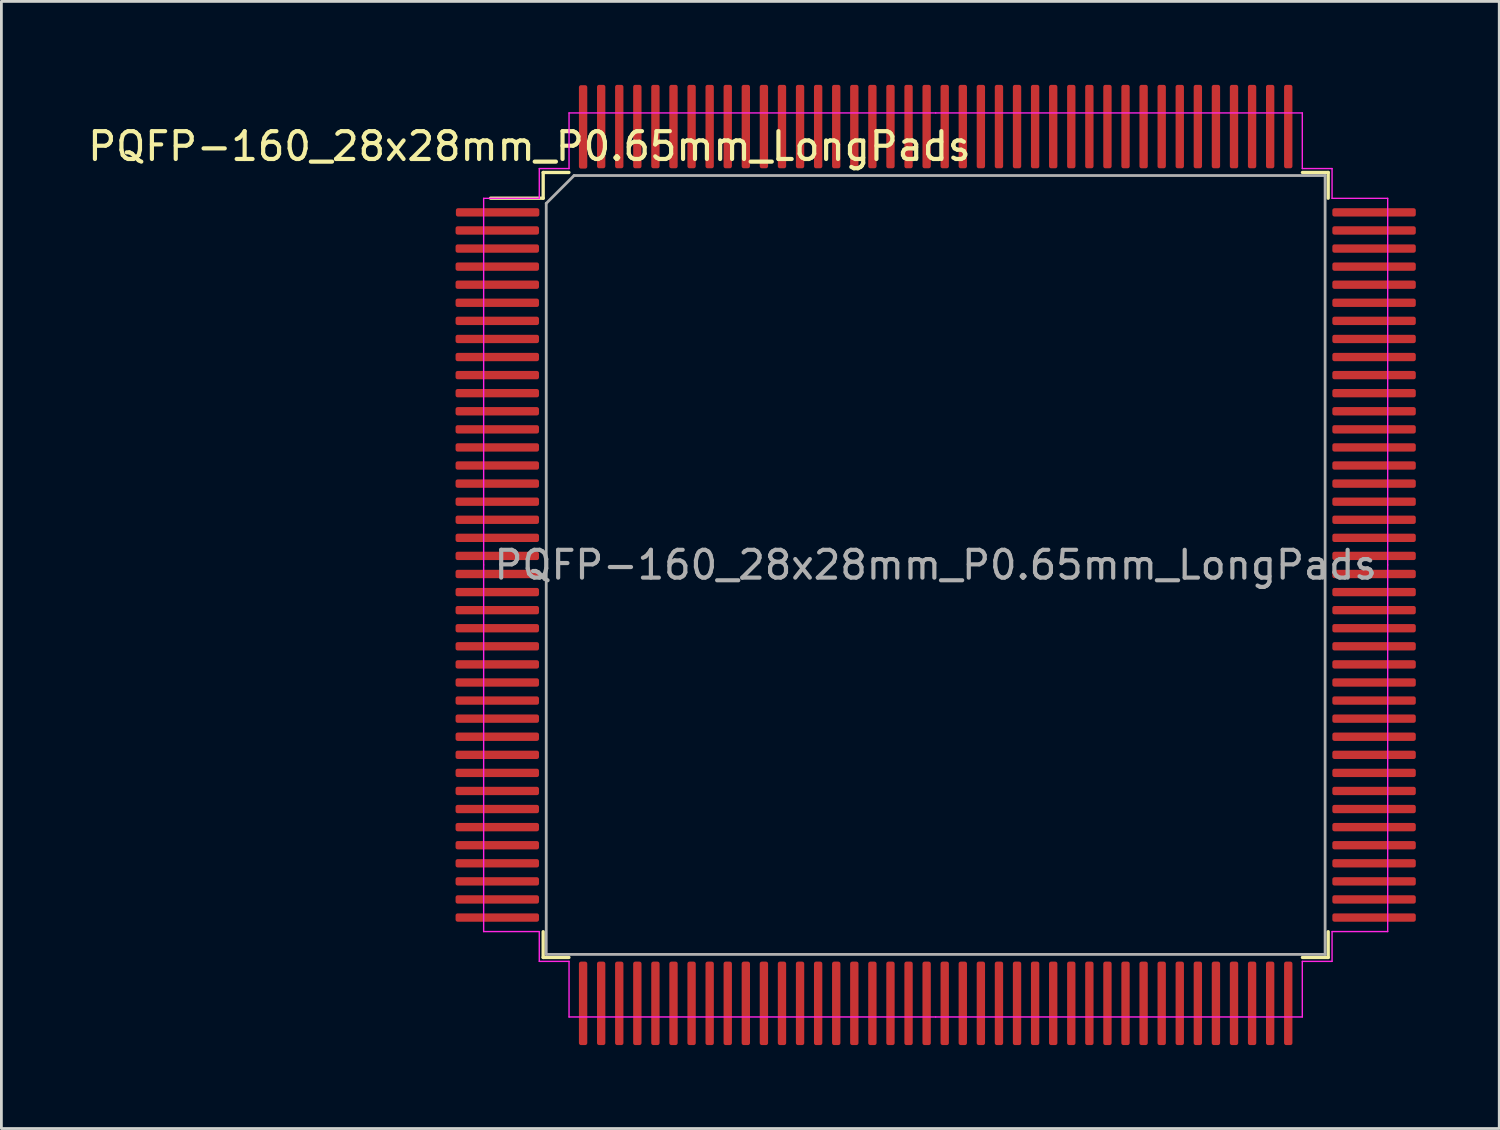
<source format=kicad_pcb>
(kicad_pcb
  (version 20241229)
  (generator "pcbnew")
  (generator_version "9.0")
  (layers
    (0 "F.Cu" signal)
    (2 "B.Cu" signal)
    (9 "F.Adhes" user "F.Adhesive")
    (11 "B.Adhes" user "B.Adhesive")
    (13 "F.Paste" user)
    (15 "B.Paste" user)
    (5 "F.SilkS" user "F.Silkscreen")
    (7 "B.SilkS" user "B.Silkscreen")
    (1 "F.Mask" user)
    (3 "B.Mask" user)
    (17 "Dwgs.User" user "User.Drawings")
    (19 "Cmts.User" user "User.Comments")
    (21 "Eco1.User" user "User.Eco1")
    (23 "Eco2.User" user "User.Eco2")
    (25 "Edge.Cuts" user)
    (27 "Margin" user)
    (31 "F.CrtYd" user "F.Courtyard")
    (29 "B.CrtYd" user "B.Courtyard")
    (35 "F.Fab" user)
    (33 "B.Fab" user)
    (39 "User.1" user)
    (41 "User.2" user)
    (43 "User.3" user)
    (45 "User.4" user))
  (footprint "PQFP-160_28x28mm_P0.65mm_LongPads"
    (layer "F.Cu")
    (at 30.587 17.26)
    (property "Reference" "PQFP-160_28x28mm_P0.65mm_LongPads" (at -14.605 -15.05 0) (layer "F.SilkS") (effects (font (size 1 1) (thickness 0.15))))
    (attr smd)
    (fp_line (start -14.11 -14.11) (end -14.11 -13.185) (stroke (width 0.12) (type solid)) (layer "F.SilkS"))
    (fp_line (start -14.11 -13.185) (end -16 -13.185) (stroke (width 0.12) (type solid)) (layer "F.SilkS"))
    (fp_line (start -14.11 14.11) (end -14.11 13.185) (stroke (width 0.12) (type solid)) (layer "F.SilkS"))
    (fp_line (start -13.185 -14.11) (end -14.11 -14.11) (stroke (width 0.12) (type solid)) (layer "F.SilkS"))
    (fp_line (start -13.185 14.11) (end -14.11 14.11) (stroke (width 0.12) (type solid)) (layer "F.SilkS"))
    (fp_line (start 13.185 -14.11) (end 14.11 -14.11) (stroke (width 0.12) (type solid)) (layer "F.SilkS"))
    (fp_line (start 13.185 14.11) (end 14.11 14.11) (stroke (width 0.12) (type solid)) (layer "F.SilkS"))
    (fp_line (start 14.11 -14.11) (end 14.11 -13.185) (stroke (width 0.12) (type solid)) (layer "F.SilkS"))
    (fp_line (start 14.11 14.11) (end 14.11 13.185) (stroke (width 0.12) (type solid)) (layer "F.SilkS"))
    (fp_line (start -16.25 -13.18) (end -16.25 0) (stroke (width 0.05) (type solid)) (layer "F.CrtYd"))
    (fp_line (start -16.25 13.18) (end -16.25 0) (stroke (width 0.05) (type solid)) (layer "F.CrtYd"))
    (fp_line (start -14.25 -14.25) (end -14.25 -13.18) (stroke (width 0.05) (type solid)) (layer "F.CrtYd"))
    (fp_line (start -14.25 -13.18) (end -16.25 -13.18) (stroke (width 0.05) (type solid)) (layer "F.CrtYd"))
    (fp_line (start -14.25 13.18) (end -16.25 13.18) (stroke (width 0.05) (type solid)) (layer "F.CrtYd"))
    (fp_line (start -14.25 14.25) (end -14.25 13.18) (stroke (width 0.05) (type solid)) (layer "F.CrtYd"))
    (fp_line (start -13.18 -16.25) (end -13.18 -14.25) (stroke (width 0.05) (type solid)) (layer "F.CrtYd"))
    (fp_line (start -13.18 -14.25) (end -14.25 -14.25) (stroke (width 0.05) (type solid)) (layer "F.CrtYd"))
    (fp_line (start -13.18 14.25) (end -14.25 14.25) (stroke (width 0.05) (type solid)) (layer "F.CrtYd"))
    (fp_line (start -13.18 16.25) (end -13.18 14.25) (stroke (width 0.05) (type solid)) (layer "F.CrtYd"))
    (fp_line (start 0 -16.25) (end -13.18 -16.25) (stroke (width 0.05) (type solid)) (layer "F.CrtYd"))
    (fp_line (start 0 -16.25) (end 13.18 -16.25) (stroke (width 0.05) (type solid)) (layer "F.CrtYd"))
    (fp_line (start 0 16.25) (end -13.18 16.25) (stroke (width 0.05) (type solid)) (layer "F.CrtYd"))
    (fp_line (start 0 16.25) (end 13.18 16.25) (stroke (width 0.05) (type solid)) (layer "F.CrtYd"))
    (fp_line (start 13.18 -16.25) (end 13.18 -14.25) (stroke (width 0.05) (type solid)) (layer "F.CrtYd"))
    (fp_line (start 13.18 -14.25) (end 14.25 -14.25) (stroke (width 0.05) (type solid)) (layer "F.CrtYd"))
    (fp_line (start 13.18 14.25) (end 14.25 14.25) (stroke (width 0.05) (type solid)) (layer "F.CrtYd"))
    (fp_line (start 13.18 16.25) (end 13.18 14.25) (stroke (width 0.05) (type solid)) (layer "F.CrtYd"))
    (fp_line (start 14.25 -14.25) (end 14.25 -13.18) (stroke (width 0.05) (type solid)) (layer "F.CrtYd"))
    (fp_line (start 14.25 -13.18) (end 16.25 -13.18) (stroke (width 0.05) (type solid)) (layer "F.CrtYd"))
    (fp_line (start 14.25 13.18) (end 16.25 13.18) (stroke (width 0.05) (type solid)) (layer "F.CrtYd"))
    (fp_line (start 14.25 14.25) (end 14.25 13.18) (stroke (width 0.05) (type solid)) (layer "F.CrtYd"))
    (fp_line (start 16.25 -13.18) (end 16.25 0) (stroke (width 0.05) (type solid)) (layer "F.CrtYd"))
    (fp_line (start 16.25 13.18) (end 16.25 0) (stroke (width 0.05) (type solid)) (layer "F.CrtYd"))
    (fp_line (start -14 -13) (end -13 -14) (stroke (width 0.1) (type solid)) (layer "F.Fab"))
    (fp_line (start -14 14) (end -14 -13) (stroke (width 0.1) (type solid)) (layer "F.Fab"))
    (fp_line (start -13 -14) (end 14 -14) (stroke (width 0.1) (type solid)) (layer "F.Fab"))
    (fp_line (start 14 -14) (end 14 14) (stroke (width 0.1) (type solid)) (layer "F.Fab"))
    (fp_line (start 14 14) (end -14 14) (stroke (width 0.1) (type solid)) (layer "F.Fab"))
    (fp_text user "${REFERENCE}" (at 0 0 0) (layer "F.Fab") (effects (font (size 1 1) (thickness 0.15))))
    (pad "1" smd roundrect (at -15.748 -12.675) (size 3 0.3) (layers "F.Cu" "F.Mask" "F.Paste") (roundrect_rratio 0.25))
    (pad "2" smd roundrect (at -15.76 -12.025) (size 3 0.3) (layers "F.Cu" "F.Mask" "F.Paste") (roundrect_rratio 0.25))
    (pad "3" smd roundrect (at -15.76 -11.375) (size 3 0.3) (layers "F.Cu" "F.Mask" "F.Paste") (roundrect_rratio 0.25))
    (pad "4" smd roundrect (at -15.76 -10.725) (size 3 0.3) (layers "F.Cu" "F.Mask" "F.Paste") (roundrect_rratio 0.25))
    (pad "5" smd roundrect (at -15.76 -10.075) (size 3 0.3) (layers "F.Cu" "F.Mask" "F.Paste") (roundrect_rratio 0.25))
    (pad "6" smd roundrect (at -15.76 -9.425) (size 3 0.3) (layers "F.Cu" "F.Mask" "F.Paste") (roundrect_rratio 0.25))
    (pad "7" smd roundrect (at -15.76 -8.775) (size 3 0.3) (layers "F.Cu" "F.Mask" "F.Paste") (roundrect_rratio 0.25))
    (pad "8" smd roundrect (at -15.76 -8.125) (size 3 0.3) (layers "F.Cu" "F.Mask" "F.Paste") (roundrect_rratio 0.25))
    (pad "9" smd roundrect (at -15.76 -7.475) (size 3 0.3) (layers "F.Cu" "F.Mask" "F.Paste") (roundrect_rratio 0.25))
    (pad "10" smd roundrect (at -15.76 -6.825) (size 3 0.3) (layers "F.Cu" "F.Mask" "F.Paste") (roundrect_rratio 0.25))
    (pad "11" smd roundrect (at -15.76 -6.175) (size 3 0.3) (layers "F.Cu" "F.Mask" "F.Paste") (roundrect_rratio 0.25))
    (pad "12" smd roundrect (at -15.76 -5.525) (size 3 0.3) (layers "F.Cu" "F.Mask" "F.Paste") (roundrect_rratio 0.25))
    (pad "13" smd roundrect (at -15.76 -4.875) (size 3 0.3) (layers "F.Cu" "F.Mask" "F.Paste") (roundrect_rratio 0.25))
    (pad "14" smd roundrect (at -15.76 -4.225) (size 3 0.3) (layers "F.Cu" "F.Mask" "F.Paste") (roundrect_rratio 0.25))
    (pad "15" smd roundrect (at -15.76 -3.575) (size 3 0.3) (layers "F.Cu" "F.Mask" "F.Paste") (roundrect_rratio 0.25))
    (pad "16" smd roundrect (at -15.76 -2.925) (size 3 0.3) (layers "F.Cu" "F.Mask" "F.Paste") (roundrect_rratio 0.25))
    (pad "17" smd roundrect (at -15.76 -2.275) (size 3 0.3) (layers "F.Cu" "F.Mask" "F.Paste") (roundrect_rratio 0.25))
    (pad "18" smd roundrect (at -15.76 -1.625) (size 3 0.3) (layers "F.Cu" "F.Mask" "F.Paste") (roundrect_rratio 0.25))
    (pad "19" smd roundrect (at -15.76 -0.975) (size 3 0.3) (layers "F.Cu" "F.Mask" "F.Paste") (roundrect_rratio 0.25))
    (pad "20" smd roundrect (at -15.76 -0.325) (size 3 0.3) (layers "F.Cu" "F.Mask" "F.Paste") (roundrect_rratio 0.25))
    (pad "21" smd roundrect (at -15.76 0.325) (size 3 0.3) (layers "F.Cu" "F.Mask" "F.Paste") (roundrect_rratio 0.25))
    (pad "22" smd roundrect (at -15.76 0.975) (size 3 0.3) (layers "F.Cu" "F.Mask" "F.Paste") (roundrect_rratio 0.25))
    (pad "23" smd roundrect (at -15.76 1.625) (size 3 0.3) (layers "F.Cu" "F.Mask" "F.Paste") (roundrect_rratio 0.25))
    (pad "24" smd roundrect (at -15.76 2.275) (size 3 0.3) (layers "F.Cu" "F.Mask" "F.Paste") (roundrect_rratio 0.25))
    (pad "25" smd roundrect (at -15.76 2.925) (size 3 0.3) (layers "F.Cu" "F.Mask" "F.Paste") (roundrect_rratio 0.25))
    (pad "26" smd roundrect (at -15.76 3.575) (size 3 0.3) (layers "F.Cu" "F.Mask" "F.Paste") (roundrect_rratio 0.25))
    (pad "27" smd roundrect (at -15.76 4.225) (size 3 0.3) (layers "F.Cu" "F.Mask" "F.Paste") (roundrect_rratio 0.25))
    (pad "28" smd roundrect (at -15.76 4.875) (size 3 0.3) (layers "F.Cu" "F.Mask" "F.Paste") (roundrect_rratio 0.25))
    (pad "29" smd roundrect (at -15.76 5.525) (size 3 0.3) (layers "F.Cu" "F.Mask" "F.Paste") (roundrect_rratio 0.25))
    (pad "30" smd roundrect (at -15.76 6.175) (size 3 0.3) (layers "F.Cu" "F.Mask" "F.Paste") (roundrect_rratio 0.25))
    (pad "31" smd roundrect (at -15.76 6.825) (size 3 0.3) (layers "F.Cu" "F.Mask" "F.Paste") (roundrect_rratio 0.25))
    (pad "32" smd roundrect (at -15.76 7.475) (size 3 0.3) (layers "F.Cu" "F.Mask" "F.Paste") (roundrect_rratio 0.25))
    (pad "33" smd roundrect (at -15.76 8.125) (size 3 0.3) (layers "F.Cu" "F.Mask" "F.Paste") (roundrect_rratio 0.25))
    (pad "34" smd roundrect (at -15.76 8.775) (size 3 0.3) (layers "F.Cu" "F.Mask" "F.Paste") (roundrect_rratio 0.25))
    (pad "35" smd roundrect (at -15.76 9.425) (size 3 0.3) (layers "F.Cu" "F.Mask" "F.Paste") (roundrect_rratio 0.25))
    (pad "36" smd roundrect (at -15.76 10.075) (size 3 0.3) (layers "F.Cu" "F.Mask" "F.Paste") (roundrect_rratio 0.25))
    (pad "37" smd roundrect (at -15.76 10.725) (size 3 0.3) (layers "F.Cu" "F.Mask" "F.Paste") (roundrect_rratio 0.25))
    (pad "38" smd roundrect (at -15.76 11.375) (size 3 0.3) (layers "F.Cu" "F.Mask" "F.Paste") (roundrect_rratio 0.25))
    (pad "39" smd roundrect (at -15.76 12.025) (size 3 0.3) (layers "F.Cu" "F.Mask" "F.Paste") (roundrect_rratio 0.25))
    (pad "40" smd roundrect (at -15.76 12.675) (size 3 0.3) (layers "F.Cu" "F.Mask" "F.Paste") (roundrect_rratio 0.25))
    (pad "41" smd roundrect (at -12.675 15.76) (size 0.3 3) (layers "F.Cu" "F.Mask" "F.Paste") (roundrect_rratio 0.25))
    (pad "42" smd roundrect (at -12.025 15.76) (size 0.3 3) (layers "F.Cu" "F.Mask" "F.Paste") (roundrect_rratio 0.25))
    (pad "43" smd roundrect (at -11.375 15.76) (size 0.3 3) (layers "F.Cu" "F.Mask" "F.Paste") (roundrect_rratio 0.25))
    (pad "44" smd roundrect (at -10.725 15.76) (size 0.3 3) (layers "F.Cu" "F.Mask" "F.Paste") (roundrect_rratio 0.25))
    (pad "45" smd roundrect (at -10.075 15.76) (size 0.3 3) (layers "F.Cu" "F.Mask" "F.Paste") (roundrect_rratio 0.25))
    (pad "46" smd roundrect (at -9.425 15.76) (size 0.3 3) (layers "F.Cu" "F.Mask" "F.Paste") (roundrect_rratio 0.25))
    (pad "47" smd roundrect (at -8.775 15.76) (size 0.3 3) (layers "F.Cu" "F.Mask" "F.Paste") (roundrect_rratio 0.25))
    (pad "48" smd roundrect (at -8.125 15.76) (size 0.3 3) (layers "F.Cu" "F.Mask" "F.Paste") (roundrect_rratio 0.25))
    (pad "49" smd roundrect (at -7.475 15.76) (size 0.3 3) (layers "F.Cu" "F.Mask" "F.Paste") (roundrect_rratio 0.25))
    (pad "50" smd roundrect (at -6.825 15.76) (size 0.3 3) (layers "F.Cu" "F.Mask" "F.Paste") (roundrect_rratio 0.25))
    (pad "51" smd roundrect (at -6.175 15.76) (size 0.3 3) (layers "F.Cu" "F.Mask" "F.Paste") (roundrect_rratio 0.25))
    (pad "52" smd roundrect (at -5.525 15.76) (size 0.3 3) (layers "F.Cu" "F.Mask" "F.Paste") (roundrect_rratio 0.25))
    (pad "53" smd roundrect (at -4.875 15.76) (size 0.3 3) (layers "F.Cu" "F.Mask" "F.Paste") (roundrect_rratio 0.25))
    (pad "54" smd roundrect (at -4.225 15.76) (size 0.3 3) (layers "F.Cu" "F.Mask" "F.Paste") (roundrect_rratio 0.25))
    (pad "55" smd roundrect (at -3.575 15.76) (size 0.3 3) (layers "F.Cu" "F.Mask" "F.Paste") (roundrect_rratio 0.25))
    (pad "56" smd roundrect (at -2.925 15.76) (size 0.3 3) (layers "F.Cu" "F.Mask" "F.Paste") (roundrect_rratio 0.25))
    (pad "57" smd roundrect (at -2.275 15.76) (size 0.3 3) (layers "F.Cu" "F.Mask" "F.Paste") (roundrect_rratio 0.25))
    (pad "58" smd roundrect (at -1.625 15.76) (size 0.3 3) (layers "F.Cu" "F.Mask" "F.Paste") (roundrect_rratio 0.25))
    (pad "59" smd roundrect (at -0.975 15.76) (size 0.3 3) (layers "F.Cu" "F.Mask" "F.Paste") (roundrect_rratio 0.25))
    (pad "60" smd roundrect (at -0.325 15.76) (size 0.3 3) (layers "F.Cu" "F.Mask" "F.Paste") (roundrect_rratio 0.25))
    (pad "61" smd roundrect (at 0.325 15.76) (size 0.3 3) (layers "F.Cu" "F.Mask" "F.Paste") (roundrect_rratio 0.25))
    (pad "62" smd roundrect (at 0.975 15.76) (size 0.3 3) (layers "F.Cu" "F.Mask" "F.Paste") (roundrect_rratio 0.25))
    (pad "63" smd roundrect (at 1.625 15.76) (size 0.3 3) (layers "F.Cu" "F.Mask" "F.Paste") (roundrect_rratio 0.25))
    (pad "64" smd roundrect (at 2.275 15.76) (size 0.3 3) (layers "F.Cu" "F.Mask" "F.Paste") (roundrect_rratio 0.25))
    (pad "65" smd roundrect (at 2.925 15.76) (size 0.3 3) (layers "F.Cu" "F.Mask" "F.Paste") (roundrect_rratio 0.25))
    (pad "66" smd roundrect (at 3.575 15.76) (size 0.3 3) (layers "F.Cu" "F.Mask" "F.Paste") (roundrect_rratio 0.25))
    (pad "67" smd roundrect (at 4.225 15.76) (size 0.3 3) (layers "F.Cu" "F.Mask" "F.Paste") (roundrect_rratio 0.25))
    (pad "68" smd roundrect (at 4.875 15.76) (size 0.3 3) (layers "F.Cu" "F.Mask" "F.Paste") (roundrect_rratio 0.25))
    (pad "69" smd roundrect (at 5.525 15.76) (size 0.3 3) (layers "F.Cu" "F.Mask" "F.Paste") (roundrect_rratio 0.25))
    (pad "70" smd roundrect (at 6.175 15.76) (size 0.3 3) (layers "F.Cu" "F.Mask" "F.Paste") (roundrect_rratio 0.25))
    (pad "71" smd roundrect (at 6.825 15.76) (size 0.3 3) (layers "F.Cu" "F.Mask" "F.Paste") (roundrect_rratio 0.25))
    (pad "72" smd roundrect (at 7.475 15.76) (size 0.3 3) (layers "F.Cu" "F.Mask" "F.Paste") (roundrect_rratio 0.25))
    (pad "73" smd roundrect (at 8.125 15.76) (size 0.3 3) (layers "F.Cu" "F.Mask" "F.Paste") (roundrect_rratio 0.25))
    (pad "74" smd roundrect (at 8.775 15.76) (size 0.3 3) (layers "F.Cu" "F.Mask" "F.Paste") (roundrect_rratio 0.25))
    (pad "75" smd roundrect (at 9.425 15.76) (size 0.3 3) (layers "F.Cu" "F.Mask" "F.Paste") (roundrect_rratio 0.25))
    (pad "76" smd roundrect (at 10.075 15.76) (size 0.3 3) (layers "F.Cu" "F.Mask" "F.Paste") (roundrect_rratio 0.25))
    (pad "77" smd roundrect (at 10.725 15.76) (size 0.3 3) (layers "F.Cu" "F.Mask" "F.Paste") (roundrect_rratio 0.25))
    (pad "78" smd roundrect (at 11.375 15.76) (size 0.3 3) (layers "F.Cu" "F.Mask" "F.Paste") (roundrect_rratio 0.25))
    (pad "79" smd roundrect (at 12.025 15.76) (size 0.3 3) (layers "F.Cu" "F.Mask" "F.Paste") (roundrect_rratio 0.25))
    (pad "80" smd roundrect (at 12.675 15.76) (size 0.3 3) (layers "F.Cu" "F.Mask" "F.Paste") (roundrect_rratio 0.25))
    (pad "81" smd roundrect (at 15.76 12.675) (size 3 0.3) (layers "F.Cu" "F.Mask" "F.Paste") (roundrect_rratio 0.25))
    (pad "82" smd roundrect (at 15.76 12.025) (size 3 0.3) (layers "F.Cu" "F.Mask" "F.Paste") (roundrect_rratio 0.25))
    (pad "83" smd roundrect (at 15.76 11.375) (size 3 0.3) (layers "F.Cu" "F.Mask" "F.Paste") (roundrect_rratio 0.25))
    (pad "84" smd roundrect (at 15.76 10.725) (size 3 0.3) (layers "F.Cu" "F.Mask" "F.Paste") (roundrect_rratio 0.25))
    (pad "85" smd roundrect (at 15.76 10.075) (size 3 0.3) (layers "F.Cu" "F.Mask" "F.Paste") (roundrect_rratio 0.25))
    (pad "86" smd roundrect (at 15.76 9.425) (size 3 0.3) (layers "F.Cu" "F.Mask" "F.Paste") (roundrect_rratio 0.25))
    (pad "87" smd roundrect (at 15.76 8.775) (size 3 0.3) (layers "F.Cu" "F.Mask" "F.Paste") (roundrect_rratio 0.25))
    (pad "88" smd roundrect (at 15.76 8.125) (size 3 0.3) (layers "F.Cu" "F.Mask" "F.Paste") (roundrect_rratio 0.25))
    (pad "89" smd roundrect (at 15.76 7.475) (size 3 0.3) (layers "F.Cu" "F.Mask" "F.Paste") (roundrect_rratio 0.25))
    (pad "90" smd roundrect (at 15.76 6.825) (size 3 0.3) (layers "F.Cu" "F.Mask" "F.Paste") (roundrect_rratio 0.25))
    (pad "91" smd roundrect (at 15.76 6.175) (size 3 0.3) (layers "F.Cu" "F.Mask" "F.Paste") (roundrect_rratio 0.25))
    (pad "92" smd roundrect (at 15.76 5.525) (size 3 0.3) (layers "F.Cu" "F.Mask" "F.Paste") (roundrect_rratio 0.25))
    (pad "93" smd roundrect (at 15.76 4.875) (size 3 0.3) (layers "F.Cu" "F.Mask" "F.Paste") (roundrect_rratio 0.25))
    (pad "94" smd roundrect (at 15.76 4.225) (size 3 0.3) (layers "F.Cu" "F.Mask" "F.Paste") (roundrect_rratio 0.25))
    (pad "95" smd roundrect (at 15.76 3.575) (size 3 0.3) (layers "F.Cu" "F.Mask" "F.Paste") (roundrect_rratio 0.25))
    (pad "96" smd roundrect (at 15.76 2.925) (size 3 0.3) (layers "F.Cu" "F.Mask" "F.Paste") (roundrect_rratio 0.25))
    (pad "97" smd roundrect (at 15.76 2.275) (size 3 0.3) (layers "F.Cu" "F.Mask" "F.Paste") (roundrect_rratio 0.25))
    (pad "98" smd roundrect (at 15.76 1.625) (size 3 0.3) (layers "F.Cu" "F.Mask" "F.Paste") (roundrect_rratio 0.25))
    (pad "99" smd roundrect (at 15.76 0.975) (size 3 0.3) (layers "F.Cu" "F.Mask" "F.Paste") (roundrect_rratio 0.25))
    (pad "100" smd roundrect (at 15.76 0.325) (size 3 0.3) (layers "F.Cu" "F.Mask" "F.Paste") (roundrect_rratio 0.25))
    (pad "101" smd roundrect (at 15.76 -0.325) (size 3 0.3) (layers "F.Cu" "F.Mask" "F.Paste") (roundrect_rratio 0.25))
    (pad "102" smd roundrect (at 15.76 -0.975) (size 3 0.3) (layers "F.Cu" "F.Mask" "F.Paste") (roundrect_rratio 0.25))
    (pad "103" smd roundrect (at 15.76 -1.625) (size 3 0.3) (layers "F.Cu" "F.Mask" "F.Paste") (roundrect_rratio 0.25))
    (pad "104" smd roundrect (at 15.76 -2.275) (size 3 0.3) (layers "F.Cu" "F.Mask" "F.Paste") (roundrect_rratio 0.25))
    (pad "105" smd roundrect (at 15.76 -2.925) (size 3 0.3) (layers "F.Cu" "F.Mask" "F.Paste") (roundrect_rratio 0.25))
    (pad "106" smd roundrect (at 15.76 -3.575) (size 3 0.3) (layers "F.Cu" "F.Mask" "F.Paste") (roundrect_rratio 0.25))
    (pad "107" smd roundrect (at 15.76 -4.225) (size 3 0.3) (layers "F.Cu" "F.Mask" "F.Paste") (roundrect_rratio 0.25))
    (pad "108" smd roundrect (at 15.76 -4.875) (size 3 0.3) (layers "F.Cu" "F.Mask" "F.Paste") (roundrect_rratio 0.25))
    (pad "109" smd roundrect (at 15.76 -5.525) (size 3 0.3) (layers "F.Cu" "F.Mask" "F.Paste") (roundrect_rratio 0.25))
    (pad "110" smd roundrect (at 15.76 -6.175) (size 3 0.3) (layers "F.Cu" "F.Mask" "F.Paste") (roundrect_rratio 0.25))
    (pad "111" smd roundrect (at 15.76 -6.825) (size 3 0.3) (layers "F.Cu" "F.Mask" "F.Paste") (roundrect_rratio 0.25))
    (pad "112" smd roundrect (at 15.76 -7.475) (size 3 0.3) (layers "F.Cu" "F.Mask" "F.Paste") (roundrect_rratio 0.25))
    (pad "113" smd roundrect (at 15.76 -8.125) (size 3 0.3) (layers "F.Cu" "F.Mask" "F.Paste") (roundrect_rratio 0.25))
    (pad "114" smd roundrect (at 15.76 -8.775) (size 3 0.3) (layers "F.Cu" "F.Mask" "F.Paste") (roundrect_rratio 0.25))
    (pad "115" smd roundrect (at 15.76 -9.425) (size 3 0.3) (layers "F.Cu" "F.Mask" "F.Paste") (roundrect_rratio 0.25))
    (pad "116" smd roundrect (at 15.76 -10.075) (size 3 0.3) (layers "F.Cu" "F.Mask" "F.Paste") (roundrect_rratio 0.25))
    (pad "117" smd roundrect (at 15.76 -10.725) (size 3 0.3) (layers "F.Cu" "F.Mask" "F.Paste") (roundrect_rratio 0.25))
    (pad "118" smd roundrect (at 15.76 -11.375) (size 3 0.3) (layers "F.Cu" "F.Mask" "F.Paste") (roundrect_rratio 0.25))
    (pad "119" smd roundrect (at 15.76 -12.025) (size 3 0.3) (layers "F.Cu" "F.Mask" "F.Paste") (roundrect_rratio 0.25))
    (pad "120" smd roundrect (at 15.76 -12.675) (size 3 0.3) (layers "F.Cu" "F.Mask" "F.Paste") (roundrect_rratio 0.25))
    (pad "121" smd roundrect (at 12.675 -15.76) (size 0.3 3) (layers "F.Cu" "F.Mask" "F.Paste") (roundrect_rratio 0.25))
    (pad "122" smd roundrect (at 12.025 -15.76) (size 0.3 3) (layers "F.Cu" "F.Mask" "F.Paste") (roundrect_rratio 0.25))
    (pad "123" smd roundrect (at 11.375 -15.76) (size 0.3 3) (layers "F.Cu" "F.Mask" "F.Paste") (roundrect_rratio 0.25))
    (pad "124" smd roundrect (at 10.725 -15.76) (size 0.3 3) (layers "F.Cu" "F.Mask" "F.Paste") (roundrect_rratio 0.25))
    (pad "125" smd roundrect (at 10.075 -15.76) (size 0.3 3) (layers "F.Cu" "F.Mask" "F.Paste") (roundrect_rratio 0.25))
    (pad "126" smd roundrect (at 9.425 -15.76) (size 0.3 3) (layers "F.Cu" "F.Mask" "F.Paste") (roundrect_rratio 0.25))
    (pad "127" smd roundrect (at 8.775 -15.76) (size 0.3 3) (layers "F.Cu" "F.Mask" "F.Paste") (roundrect_rratio 0.25))
    (pad "128" smd roundrect (at 8.125 -15.76) (size 0.3 3) (layers "F.Cu" "F.Mask" "F.Paste") (roundrect_rratio 0.25))
    (pad "129" smd roundrect (at 7.475 -15.76) (size 0.3 3) (layers "F.Cu" "F.Mask" "F.Paste") (roundrect_rratio 0.25))
    (pad "130" smd roundrect (at 6.825 -15.76) (size 0.3 3) (layers "F.Cu" "F.Mask" "F.Paste") (roundrect_rratio 0.25))
    (pad "131" smd roundrect (at 6.175 -15.76) (size 0.3 3) (layers "F.Cu" "F.Mask" "F.Paste") (roundrect_rratio 0.25))
    (pad "132" smd roundrect (at 5.525 -15.76) (size 0.3 3) (layers "F.Cu" "F.Mask" "F.Paste") (roundrect_rratio 0.25))
    (pad "133" smd roundrect (at 4.875 -15.76) (size 0.3 3) (layers "F.Cu" "F.Mask" "F.Paste") (roundrect_rratio 0.25))
    (pad "134" smd roundrect (at 4.225 -15.76) (size 0.3 3) (layers "F.Cu" "F.Mask" "F.Paste") (roundrect_rratio 0.25))
    (pad "135" smd roundrect (at 3.575 -15.76) (size 0.3 3) (layers "F.Cu" "F.Mask" "F.Paste") (roundrect_rratio 0.25))
    (pad "136" smd roundrect (at 2.925 -15.76) (size 0.3 3) (layers "F.Cu" "F.Mask" "F.Paste") (roundrect_rratio 0.25))
    (pad "137" smd roundrect (at 2.275 -15.76) (size 0.3 3) (layers "F.Cu" "F.Mask" "F.Paste") (roundrect_rratio 0.25))
    (pad "138" smd roundrect (at 1.625 -15.76) (size 0.3 3) (layers "F.Cu" "F.Mask" "F.Paste") (roundrect_rratio 0.25))
    (pad "139" smd roundrect (at 0.975 -15.76) (size 0.3 3) (layers "F.Cu" "F.Mask" "F.Paste") (roundrect_rratio 0.25))
    (pad "140" smd roundrect (at 0.325 -15.76) (size 0.3 3) (layers "F.Cu" "F.Mask" "F.Paste") (roundrect_rratio 0.25))
    (pad "141" smd roundrect (at -0.325 -15.76) (size 0.3 3) (layers "F.Cu" "F.Mask" "F.Paste") (roundrect_rratio 0.25))
    (pad "142" smd roundrect (at -0.975 -15.76) (size 0.3 3) (layers "F.Cu" "F.Mask" "F.Paste") (roundrect_rratio 0.25))
    (pad "143" smd roundrect (at -1.625 -15.76) (size 0.3 3) (layers "F.Cu" "F.Mask" "F.Paste") (roundrect_rratio 0.25))
    (pad "144" smd roundrect (at -2.275 -15.76) (size 0.3 3) (layers "F.Cu" "F.Mask" "F.Paste") (roundrect_rratio 0.25))
    (pad "145" smd roundrect (at -2.925 -15.76) (size 0.3 3) (layers "F.Cu" "F.Mask" "F.Paste") (roundrect_rratio 0.25))
    (pad "146" smd roundrect (at -3.575 -15.76) (size 0.3 3) (layers "F.Cu" "F.Mask" "F.Paste") (roundrect_rratio 0.25))
    (pad "147" smd roundrect (at -4.225 -15.76) (size 0.3 3) (layers "F.Cu" "F.Mask" "F.Paste") (roundrect_rratio 0.25))
    (pad "148" smd roundrect (at -4.875 -15.76) (size 0.3 3) (layers "F.Cu" "F.Mask" "F.Paste") (roundrect_rratio 0.25))
    (pad "149" smd roundrect (at -5.525 -15.76) (size 0.3 3) (layers "F.Cu" "F.Mask" "F.Paste") (roundrect_rratio 0.25))
    (pad "150" smd roundrect (at -6.175 -15.76) (size 0.3 3) (layers "F.Cu" "F.Mask" "F.Paste") (roundrect_rratio 0.25))
    (pad "151" smd roundrect (at -6.825 -15.76) (size 0.3 3) (layers "F.Cu" "F.Mask" "F.Paste") (roundrect_rratio 0.25))
    (pad "152" smd roundrect (at -7.475 -15.76) (size 0.3 3) (layers "F.Cu" "F.Mask" "F.Paste") (roundrect_rratio 0.25))
    (pad "153" smd roundrect (at -8.125 -15.76) (size 0.3 3) (layers "F.Cu" "F.Mask" "F.Paste") (roundrect_rratio 0.25))
    (pad "154" smd roundrect (at -8.775 -15.76) (size 0.3 3) (layers "F.Cu" "F.Mask" "F.Paste") (roundrect_rratio 0.25))
    (pad "155" smd roundrect (at -9.425 -15.76) (size 0.3 3) (layers "F.Cu" "F.Mask" "F.Paste") (roundrect_rratio 0.25))
    (pad "156" smd roundrect (at -10.075 -15.76) (size 0.3 3) (layers "F.Cu" "F.Mask" "F.Paste") (roundrect_rratio 0.25))
    (pad "157" smd roundrect (at -10.725 -15.76) (size 0.3 3) (layers "F.Cu" "F.Mask" "F.Paste") (roundrect_rratio 0.25))
    (pad "158" smd roundrect (at -11.375 -15.76) (size 0.3 3) (layers "F.Cu" "F.Mask" "F.Paste") (roundrect_rratio 0.25))
    (pad "159" smd roundrect (at -12.025 -15.76) (size 0.3 3) (layers "F.Cu" "F.Mask" "F.Paste") (roundrect_rratio 0.25))
    (pad "160" smd roundrect (at -12.675 -15.748) (size 0.3 3) (layers "F.Cu" "F.Mask" "F.Paste") (roundrect_rratio 0.25)))
  (gr_rect
    (start -3 -3)
    (end 50.847 37.52)
    (stroke (width 0.1) (type default))
    (fill no)
    (layer "Edge.Cuts")))
</source>
